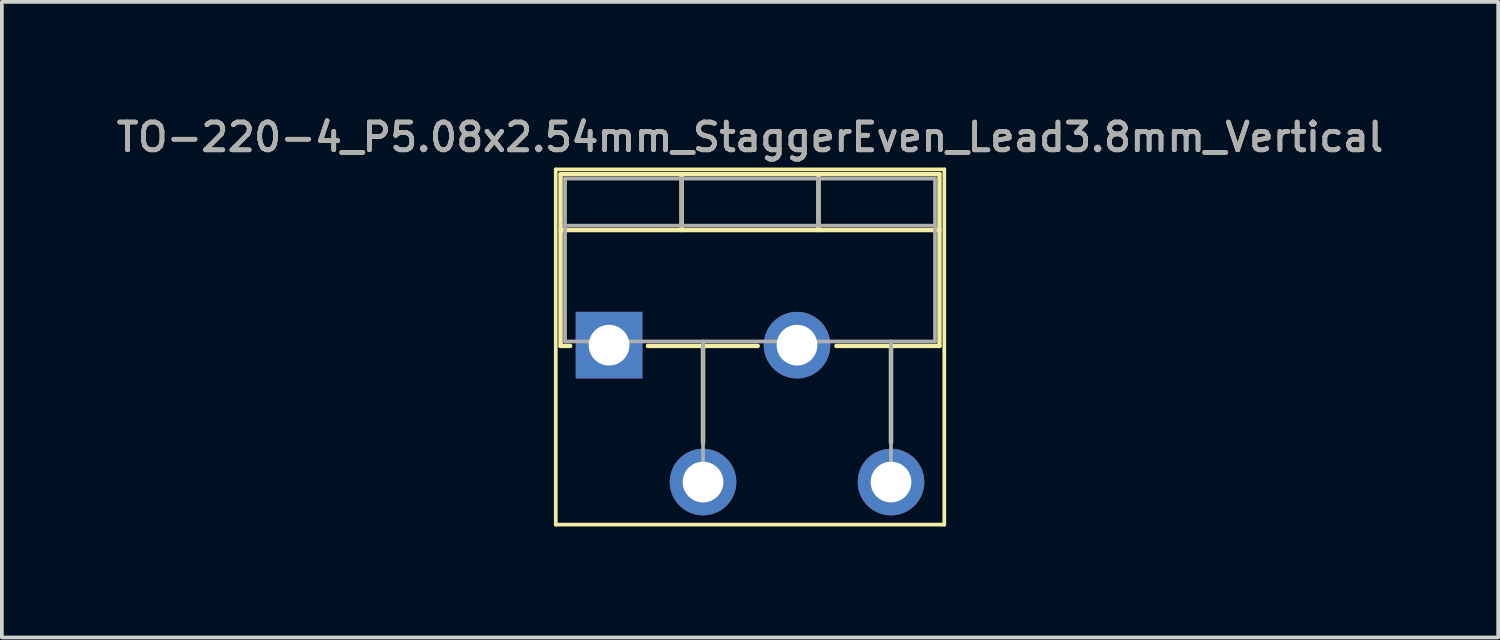
<source format=kicad_pcb>
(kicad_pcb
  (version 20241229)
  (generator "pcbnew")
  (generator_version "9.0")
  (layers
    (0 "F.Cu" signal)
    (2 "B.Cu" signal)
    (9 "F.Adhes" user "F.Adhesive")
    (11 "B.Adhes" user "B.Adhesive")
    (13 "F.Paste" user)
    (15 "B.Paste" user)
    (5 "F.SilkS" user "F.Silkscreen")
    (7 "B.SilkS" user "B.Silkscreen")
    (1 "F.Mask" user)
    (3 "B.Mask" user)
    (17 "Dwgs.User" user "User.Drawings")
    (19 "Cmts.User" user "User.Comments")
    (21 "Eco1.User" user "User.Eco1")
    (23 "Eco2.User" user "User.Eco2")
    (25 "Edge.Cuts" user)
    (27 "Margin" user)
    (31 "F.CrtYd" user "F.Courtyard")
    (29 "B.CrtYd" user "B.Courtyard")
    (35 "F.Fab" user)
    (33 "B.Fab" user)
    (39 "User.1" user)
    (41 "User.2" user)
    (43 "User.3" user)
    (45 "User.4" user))
  (footprint "TO-220-4_P5.08x2.54mm_StaggerEven_Lead3.8mm_Vertical"
    (layer "F.Cu")
    (at 13.41 6.278)
    (property "Reference" "TO-220-4_P5.08x2.54mm_StaggerEven_Lead3.8mm_Vertical" (at 3.81 -5.62 0) (layer "F.SilkS") (effects (font (size 0.75 0.75) (thickness 0.125))))
    (attr through_hole)
    (fp_line (start -1.44 -4.75) (end -1.44 4.85) (stroke (width 0.1) (type solid)) (layer "F.SilkS"))
    (fp_line (start -1.44 4.85) (end 9.06 4.85) (stroke (width 0.1) (type solid)) (layer "F.SilkS"))
    (fp_line (start -1.31 -4.62) (end -1.31 0.021) (stroke (width 0.12) (type solid)) (layer "F.SilkS"))
    (fp_line (start -1.31 -4.62) (end 8.93 -4.62) (stroke (width 0.12) (type solid)) (layer "F.SilkS"))
    (fp_line (start -1.31 -3.111) (end 8.93 -3.111) (stroke (width 0.12) (type solid)) (layer "F.SilkS"))
    (fp_line (start -1.31 0.021) (end -1.05 0.021) (stroke (width 0.12) (type solid)) (layer "F.SilkS"))
    (fp_line (start 1.05 0.021) (end 4.016 0.021) (stroke (width 0.12) (type solid)) (layer "F.SilkS"))
    (fp_line (start 1.96 -4.62) (end 1.96 -3.111) (stroke (width 0.12) (type solid)) (layer "F.SilkS"))
    (fp_line (start 2.54 0.021) (end 2.54 2.635) (stroke (width 0.12) (type solid)) (layer "F.SilkS"))
    (fp_line (start 5.66 -4.62) (end 5.66 -3.111) (stroke (width 0.12) (type solid)) (layer "F.SilkS"))
    (fp_line (start 6.145 0.021) (end 8.93 0.021) (stroke (width 0.12) (type solid)) (layer "F.SilkS"))
    (fp_line (start 7.62 0.021) (end 7.62 2.635) (stroke (width 0.12) (type solid)) (layer "F.SilkS"))
    (fp_line (start 8.93 -4.62) (end 8.93 0.021) (stroke (width 0.12) (type solid)) (layer "F.SilkS"))
    (fp_line (start 9.06 -4.75) (end -1.44 -4.75) (stroke (width 0.1) (type solid)) (layer "F.SilkS"))
    (fp_line (start 9.06 4.85) (end 9.06 -4.75) (stroke (width 0.1) (type solid)) (layer "F.SilkS"))
    (fp_line (start -1.19 -4.5) (end -1.19 -0.1) (stroke (width 0.1) (type solid)) (layer "F.Fab"))
    (fp_line (start -1.19 -3.23) (end 8.81 -3.23) (stroke (width 0.1) (type solid)) (layer "F.Fab"))
    (fp_line (start -1.19 -0.1) (end 8.81 -0.1) (stroke (width 0.1) (type solid)) (layer "F.Fab"))
    (fp_line (start 0 -0.1) (end 0 0) (stroke (width 0.1) (type solid)) (layer "F.Fab"))
    (fp_line (start 1.96 -4.5) (end 1.96 -3.23) (stroke (width 0.1) (type solid)) (layer "F.Fab"))
    (fp_line (start 2.54 -0.1) (end 2.54 3.7) (stroke (width 0.1) (type solid)) (layer "F.Fab"))
    (fp_line (start 5.08 -0.1) (end 5.08 0) (stroke (width 0.1) (type solid)) (layer "F.Fab"))
    (fp_line (start 5.66 -4.5) (end 5.66 -3.23) (stroke (width 0.1) (type solid)) (layer "F.Fab"))
    (fp_line (start 7.62 -0.1) (end 7.62 3.7) (stroke (width 0.1) (type solid)) (layer "F.Fab"))
    (fp_line (start 8.81 -4.5) (end -1.19 -4.5) (stroke (width 0.1) (type solid)) (layer "F.Fab"))
    (fp_line (start 8.81 -0.1) (end 8.81 -4.5) (stroke (width 0.1) (type solid)) (layer "F.Fab"))
    (fp_text user "${REFERENCE}" (at 3.81 -5.62 0) (layer "F.Fab") (effects (font (size 0.75 0.75) (thickness 0.125))))
    (pad "1" thru_hole rect (at 0 0) (size 1.8 1.8) (drill 1.1) (layers "*.Cu" "*.Mask"))
    (pad "2" thru_hole oval (at 2.54 3.7) (size 1.8 1.8) (drill 1.1) (layers "*.Cu" "*.Mask"))
    (pad "3" thru_hole oval (at 5.08 0) (size 1.8 1.8) (drill 1.1) (layers "*.Cu" "*.Mask"))
    (pad "4" thru_hole oval (at 7.62 3.7) (size 1.8 1.8) (drill 1.1) (layers "*.Cu" "*.Mask")))
  (gr_rect
    (start -3 -3)
    (end 37.439 14.178)
    (stroke (width 0.1) (type default))
    (fill no)
    (layer "Edge.Cuts")))
</source>
